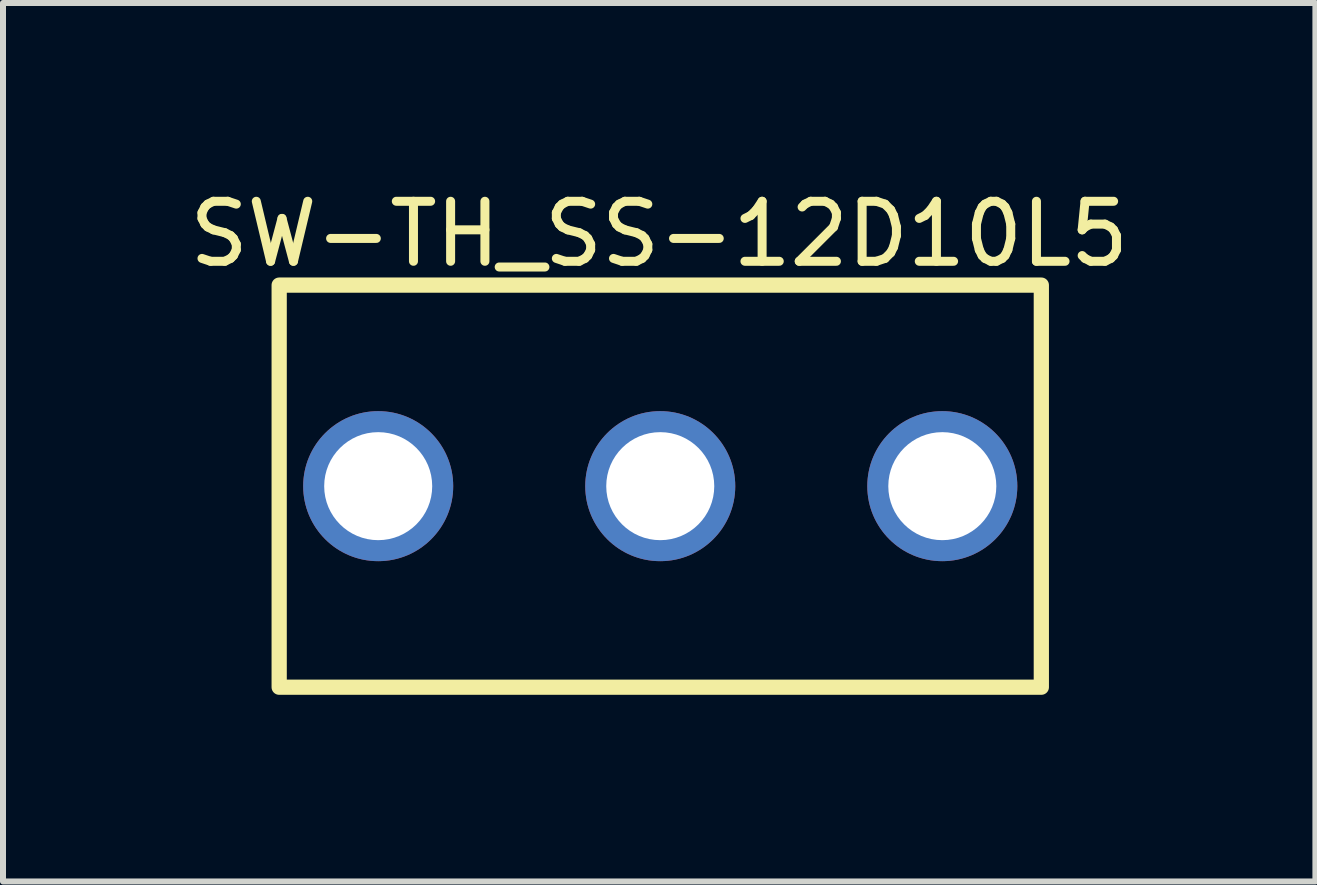
<source format=kicad_pcb>
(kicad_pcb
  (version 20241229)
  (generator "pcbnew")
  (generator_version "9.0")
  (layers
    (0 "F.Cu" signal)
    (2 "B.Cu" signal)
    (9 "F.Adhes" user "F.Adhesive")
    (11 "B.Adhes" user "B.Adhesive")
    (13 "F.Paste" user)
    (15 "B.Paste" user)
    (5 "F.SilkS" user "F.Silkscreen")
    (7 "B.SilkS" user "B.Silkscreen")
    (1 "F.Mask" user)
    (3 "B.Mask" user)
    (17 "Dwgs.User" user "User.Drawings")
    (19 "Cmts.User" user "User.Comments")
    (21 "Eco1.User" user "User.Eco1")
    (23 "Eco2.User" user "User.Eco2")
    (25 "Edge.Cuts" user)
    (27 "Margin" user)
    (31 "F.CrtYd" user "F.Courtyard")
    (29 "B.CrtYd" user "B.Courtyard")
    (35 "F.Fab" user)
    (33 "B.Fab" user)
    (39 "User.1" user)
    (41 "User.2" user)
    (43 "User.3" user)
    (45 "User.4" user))
  (footprint "SW-TH_SS-12D10L5"
    (layer "F.Cu")
    (at 7.952 5.051)
    (property "Reference" "SW-TH_SS-12D10L5" (at -0.017 -4.202 0) (unlocked yes) (layer "F.SilkS") (effects (font (size 1 1) (thickness 0.15))))
    (fp_rect (start -6.35 -3.35) (end 6.35 3.35) (stroke (width 0.254) (type default)) (fill no) (layer "F.SilkS"))
    (fp_poly (pts (xy -3.9 0) (xy -3.92 -0.178) (xy -3.979 -0.347) (xy -4.075 -0.499) (xy -4.201 -0.625) (xy -4.353 -0.721) (xy -4.522 -0.78) (xy -4.7 -0.8) (xy -4.878 -0.78) (xy -5.047 -0.721) (xy -5.199 -0.625) (xy -5.325 -0.499) (xy -5.421 -0.347) (xy -5.48 -0.178) (xy -5.5 0) (xy -5.48 0.178) (xy -5.421 0.347) (xy -5.325 0.499) (xy -5.199 0.625) (xy -5.047 0.721) (xy -4.878 0.78) (xy -4.7 0.8) (xy -4.522 0.78) (xy -4.353 0.721) (xy -4.201 0.625) (xy -4.075 0.499) (xy -3.979 0.347) (xy -3.92 0.178)) (stroke (width 0.1) (type default)) (fill no) (layer "User.1"))
    (fp_poly (pts (xy 0.8 0) (xy 0.78 -0.178) (xy 0.721 -0.347) (xy 0.625 -0.499) (xy 0.499 -0.625) (xy 0.347 -0.721) (xy 0.178 -0.78) (xy 0 -0.8) (xy -0.178 -0.78) (xy -0.347 -0.721) (xy -0.499 -0.625) (xy -0.625 -0.499) (xy -0.721 -0.347) (xy -0.78 -0.178) (xy -0.8 0) (xy -0.78 0.178) (xy -0.721 0.347) (xy -0.625 0.499) (xy -0.499 0.625) (xy -0.347 0.721) (xy -0.178 0.78) (xy 0 0.8) (xy 0.178 0.78) (xy 0.347 0.721) (xy 0.499 0.625) (xy 0.625 0.499) (xy 0.721 0.347) (xy 0.78 0.178)) (stroke (width 0.1) (type default)) (fill no) (layer "User.1"))
    (fp_poly (pts (xy 5.5 0) (xy 5.48 -0.178) (xy 5.421 -0.347) (xy 5.325 -0.499) (xy 5.199 -0.625) (xy 5.047 -0.721) (xy 4.878 -0.78) (xy 4.7 -0.8) (xy 4.522 -0.78) (xy 4.353 -0.721) (xy 4.201 -0.625) (xy 4.075 -0.499) (xy 3.979 -0.347) (xy 3.92 -0.178) (xy 3.9 0) (xy 3.92 0.178) (xy 3.979 0.347) (xy 4.075 0.499) (xy 4.201 0.625) (xy 4.353 0.721) (xy 4.522 0.78) (xy 4.7 0.8) (xy 4.878 0.78) (xy 5.047 0.721) (xy 5.199 0.625) (xy 5.325 0.499) (xy 5.421 0.347) (xy 5.48 0.178)) (stroke (width 0.1) (type default)) (fill no) (layer "User.1"))
    (fp_line (start -6.477 -3.477) (end 6.477 -3.477) (stroke (width 0.051) (type default)) (layer "User.2"))
    (fp_line (start -6.477 3.477) (end -6.477 -3.477) (stroke (width 0.051) (type default)) (layer "User.2"))
    (fp_line (start 6.477 -3.477) (end 6.477 3.477) (stroke (width 0.051) (type default)) (layer "User.2"))
    (fp_line (start 6.477 3.477) (end -6.477 3.477) (stroke (width 0.051) (type default)) (layer "User.2"))
    (fp_poly (pts (xy -6.417 3.477) (xy -6.435 3.435) (xy -6.477 3.417) (xy -6.519 3.435) (xy -6.537 3.477) (xy -6.519 3.519) (xy -6.477 3.537) (xy -6.435 3.519)) (stroke (width 0.1) (type default)) (fill no) (layer "User.3"))
    (pad "1" thru_hole circle (at -4.7 0) (size 2.5 2.5) (drill 1.8) (layers "*.Cu" "*.Mask"))
    (pad "2" thru_hole circle (at 0 0) (size 2.5 2.5) (drill 1.8) (layers "*.Cu" "*.Mask"))
    (pad "3" thru_hole circle (at 4.7 0) (size 2.5 2.5) (drill 1.8) (layers "*.Cu" "*.Mask")))
  (gr_rect
    (start -3 -3)
    (end 18.869 11.638)
    (stroke (width 0.1) (type default))
    (fill no)
    (layer "Edge.Cuts")))
</source>
